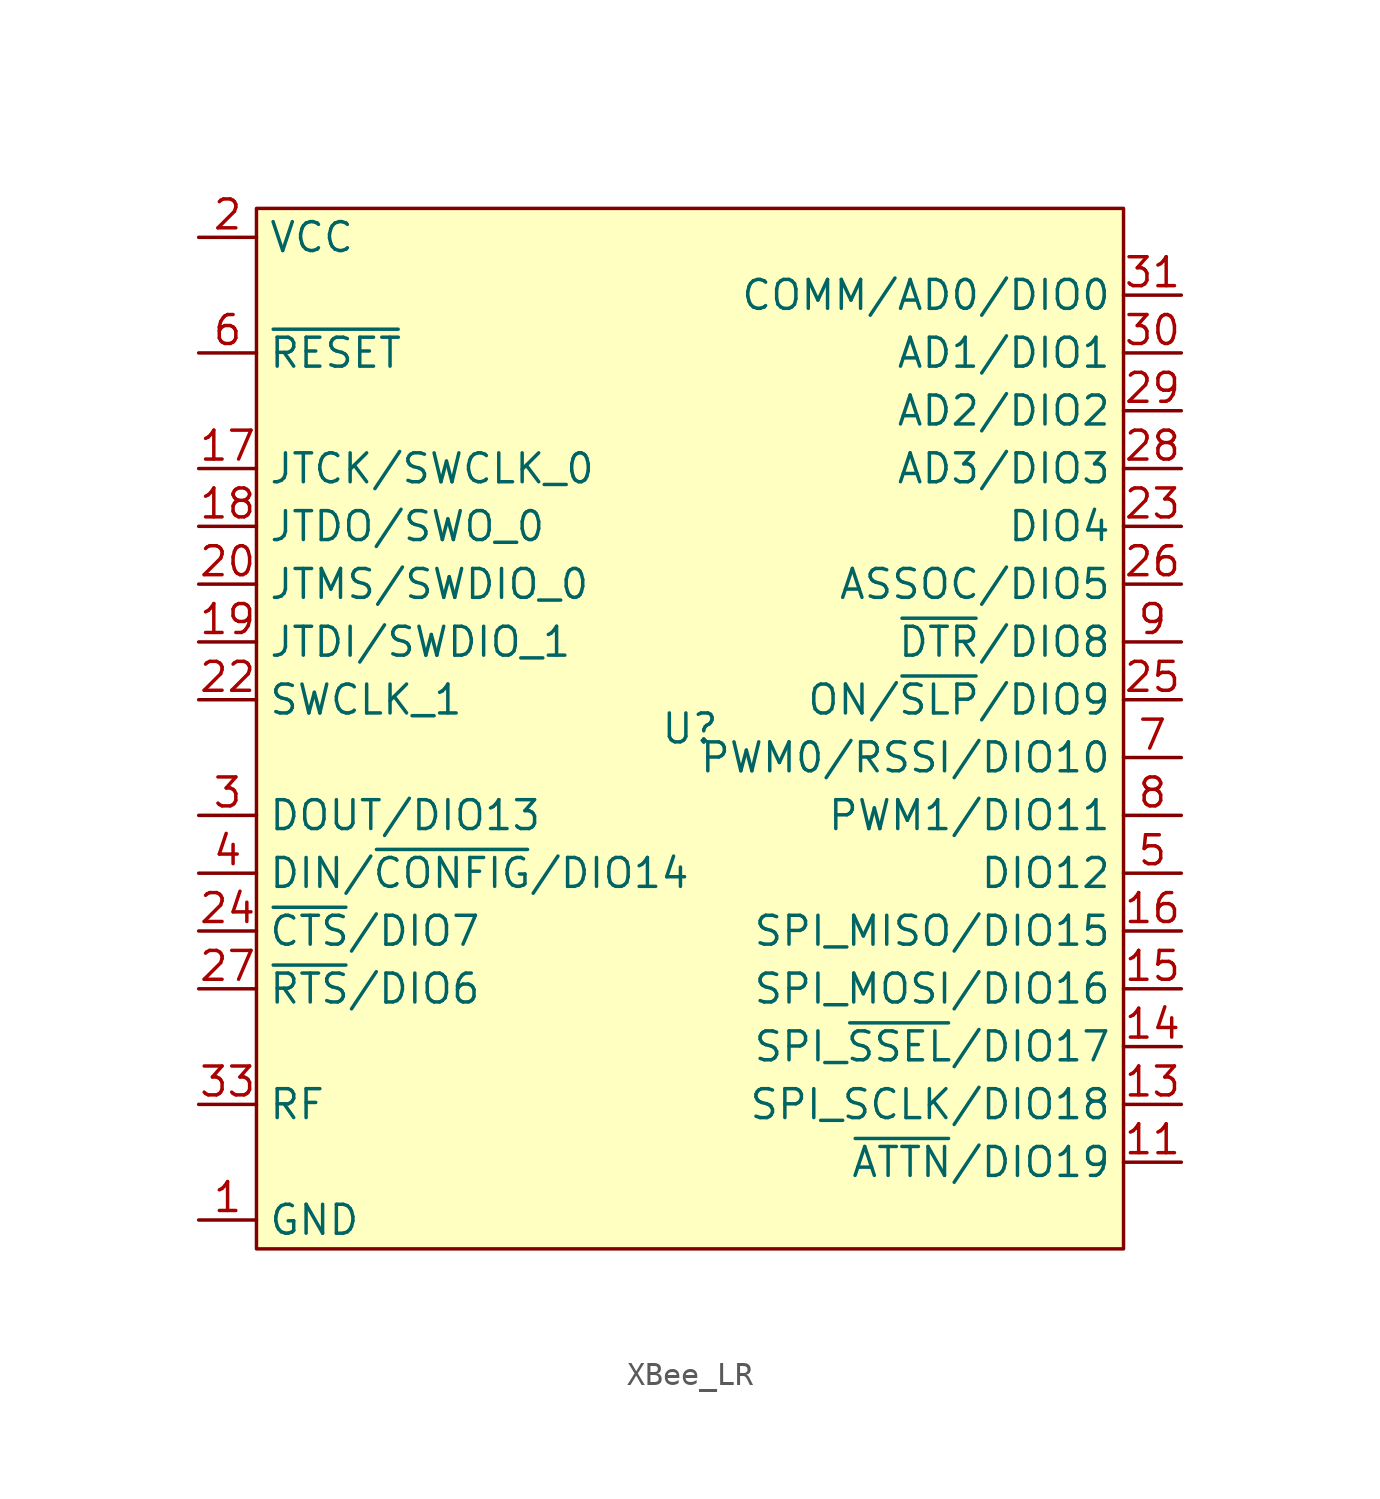
<source format=kicad_sym>
(kicad_symbol_lib
  (version 20231120)
  (generator "kicad_symbol_editor")
  (generator_version "8.0")
  (symbol "XBee_LR"
    (property "Reference" "U"
      (at 0 0 0)
      (effects (font (size 1.27 1.27))))
    (property "Value" ""
      (at 0 -1.27 0)
      (effects (font (size 1.27 1.27))))
    (symbol "XBee_LR_1_1"
      (rectangle (start -19.05 22.86) (end 19.05 -22.86) (stroke (width 0) (type default)) (fill (type background)))
      (pin power_in line (at -21.59 -21.59 0) (length 2.54) (name "GND" (effects (font (size 1.27 1.27)))) (number "1" (effects (font (size 1.27 1.27)))))
      (pin power_in line (at -21.59 -21.59 0) (length 2.54) hide (name "GND" (effects (font (size 1.27 1.27)))) (number "10" (effects (font (size 1.27 1.27)))))
      (pin bidirectional line (at 21.59 -19.05 180) (length 2.54) (name "~{ATTN}/DIO19" (effects (font (size 1.27 1.27)))) (number "11" (effects (font (size 1.27 1.27)))))
      (pin power_in line (at -21.59 -21.59 0) (length 2.54) hide (name "GND" (effects (font (size 1.27 1.27)))) (number "12" (effects (font (size 1.27 1.27)))))
      (pin bidirectional line (at 21.59 -16.51 180) (length 2.54) (name "SPI_SCLK/DIO18" (effects (font (size 1.27 1.27)))) (number "13" (effects (font (size 1.27 1.27)))))
      (pin bidirectional line (at 21.59 -13.97 180) (length 2.54) (name "SPI_~{SSEL}/DIO17" (effects (font (size 1.27 1.27)))) (number "14" (effects (font (size 1.27 1.27)))))
      (pin bidirectional line (at 21.59 -11.43 180) (length 2.54) (name "SPI_MOSI/DIO16" (effects (font (size 1.27 1.27)))) (number "15" (effects (font (size 1.27 1.27)))))
      (pin bidirectional line (at 21.59 -8.89 180) (length 2.54) (name "SPI_MISO/DIO15" (effects (font (size 1.27 1.27)))) (number "16" (effects (font (size 1.27 1.27)))))
      (pin input line (at -21.59 11.43 0) (length 2.54) (name "JTCK/SWCLK_0" (effects (font (size 1.27 1.27)))) (number "17" (effects (font (size 1.27 1.27)))))
      (pin output line (at -21.59 8.89 0) (length 2.54) (name "JTDO/SWO_0" (effects (font (size 1.27 1.27)))) (number "18" (effects (font (size 1.27 1.27)))))
      (pin bidirectional line (at -21.59 3.81 0) (length 2.54) (name "JTDI/SWDIO_1" (effects (font (size 1.27 1.27)))) (number "19" (effects (font (size 1.27 1.27)))))
      (pin power_in line (at -21.59 21.59 0) (length 2.54) (name "VCC" (effects (font (size 1.27 1.27)))) (number "2" (effects (font (size 1.27 1.27)))))
      (pin bidirectional line (at -21.59 6.35 0) (length 2.54) (name "JTMS/SWDIO_0" (effects (font (size 1.27 1.27)))) (number "20" (effects (font (size 1.27 1.27)))))
      (pin power_in line (at -21.59 -21.59 0) (length 2.54) hide (name "GND" (effects (font (size 1.27 1.27)))) (number "21" (effects (font (size 1.27 1.27)))))
      (pin input line (at -21.59 1.27 0) (length 2.54) (name "SWCLK_1" (effects (font (size 1.27 1.27)))) (number "22" (effects (font (size 1.27 1.27)))))
      (pin bidirectional line (at 21.59 8.89 180) (length 2.54) (name "DIO4" (effects (font (size 1.27 1.27)))) (number "23" (effects (font (size 1.27 1.27)))))
      (pin bidirectional line (at -21.59 -8.89 0) (length 2.54) (name "~{CTS}/DIO7" (effects (font (size 1.27 1.27)))) (number "24" (effects (font (size 1.27 1.27)))))
      (pin bidirectional line (at 21.59 1.27 180) (length 2.54) (name "ON/~{SLP}/DIO9" (effects (font (size 1.27 1.27)))) (number "25" (effects (font (size 1.27 1.27)))))
      (pin bidirectional line (at 21.59 6.35 180) (length 2.54) (name "ASSOC/DIO5" (effects (font (size 1.27 1.27)))) (number "26" (effects (font (size 1.27 1.27)))))
      (pin bidirectional line (at -21.59 -11.43 0) (length 2.54) (name "~{RTS}/DIO6" (effects (font (size 1.27 1.27)))) (number "27" (effects (font (size 1.27 1.27)))))
      (pin bidirectional line (at 21.59 11.43 180) (length 2.54) (name "AD3/DIO3" (effects (font (size 1.27 1.27)))) (number "28" (effects (font (size 1.27 1.27)))))
      (pin bidirectional line (at 21.59 13.97 180) (length 2.54) (name "AD2/DIO2" (effects (font (size 1.27 1.27)))) (number "29" (effects (font (size 1.27 1.27)))))
      (pin bidirectional line (at -21.59 -3.81 0) (length 2.54) (name "DOUT/DIO13" (effects (font (size 1.27 1.27)))) (number "3" (effects (font (size 1.27 1.27)))))
      (pin bidirectional line (at 21.59 16.51 180) (length 2.54) (name "AD1/DIO1" (effects (font (size 1.27 1.27)))) (number "30" (effects (font (size 1.27 1.27)))))
      (pin bidirectional line (at 21.59 19.05 180) (length 2.54) (name "COMM/AD0/DIO0" (effects (font (size 1.27 1.27)))) (number "31" (effects (font (size 1.27 1.27)))))
      (pin power_in line (at -21.59 -21.59 0) (length 2.54) hide (name "GND" (effects (font (size 1.27 1.27)))) (number "32" (effects (font (size 1.27 1.27)))))
      (pin bidirectional line (at -21.59 -16.51 0) (length 2.54) (name "RF" (effects (font (size 1.27 1.27)))) (number "33" (effects (font (size 1.27 1.27)))))
      (pin power_in line (at -21.59 -21.59 0) (length 2.54) hide (name "GND" (effects (font (size 1.27 1.27)))) (number "34" (effects (font (size 1.27 1.27)))))
      (pin bidirectional line (at -21.59 -6.35 0) (length 2.54) (name "DIN/~{CONFIG}/DIO14" (effects (font (size 1.27 1.27)))) (number "4" (effects (font (size 1.27 1.27)))))
      (pin bidirectional line (at 21.59 -6.35 180) (length 2.54) (name "DIO12" (effects (font (size 1.27 1.27)))) (number "5" (effects (font (size 1.27 1.27)))))
      (pin input line (at -21.59 16.51 0) (length 2.54) (name "~{RESET}" (effects (font (size 1.27 1.27)))) (number "6" (effects (font (size 1.27 1.27)))))
      (pin bidirectional line (at 21.59 -1.27 180) (length 2.54) (name "PWM0/RSSI/DIO10" (effects (font (size 1.27 1.27)))) (number "7" (effects (font (size 1.27 1.27)))))
      (pin bidirectional line (at 21.59 -3.81 180) (length 2.54) (name "PWM1/DIO11" (effects (font (size 1.27 1.27)))) (number "8" (effects (font (size 1.27 1.27)))))
      (pin bidirectional line (at 21.59 3.81 180) (length 2.54) (name "~{DTR}/DIO8" (effects (font (size 1.27 1.27)))) (number "9" (effects (font (size 1.27 1.27))))))))
</source>
